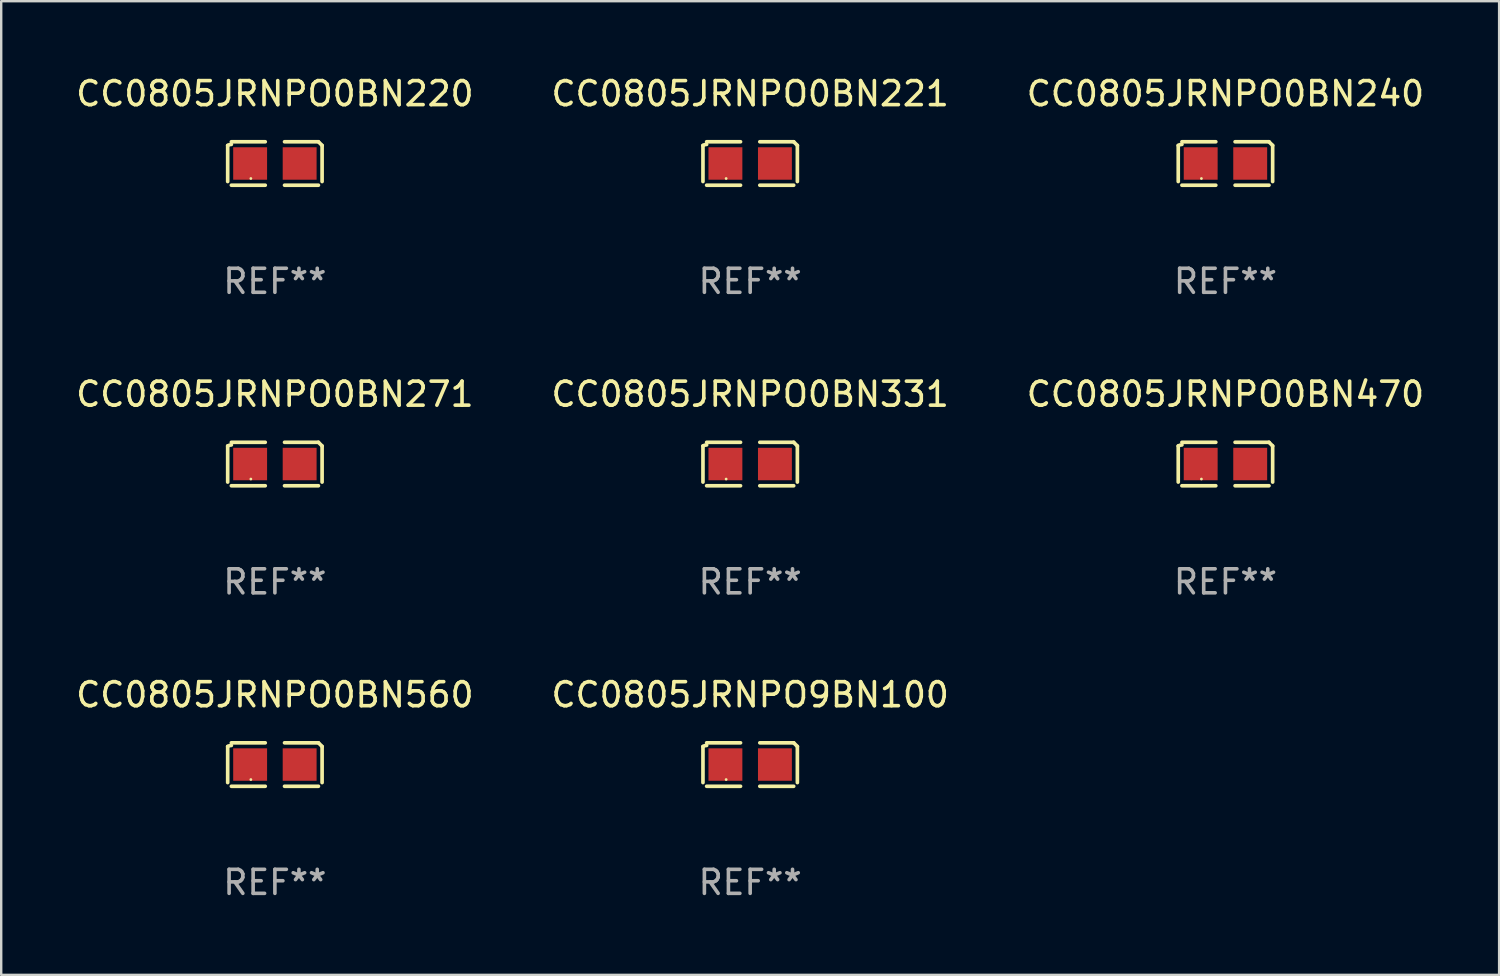
<source format=kicad_pcb>
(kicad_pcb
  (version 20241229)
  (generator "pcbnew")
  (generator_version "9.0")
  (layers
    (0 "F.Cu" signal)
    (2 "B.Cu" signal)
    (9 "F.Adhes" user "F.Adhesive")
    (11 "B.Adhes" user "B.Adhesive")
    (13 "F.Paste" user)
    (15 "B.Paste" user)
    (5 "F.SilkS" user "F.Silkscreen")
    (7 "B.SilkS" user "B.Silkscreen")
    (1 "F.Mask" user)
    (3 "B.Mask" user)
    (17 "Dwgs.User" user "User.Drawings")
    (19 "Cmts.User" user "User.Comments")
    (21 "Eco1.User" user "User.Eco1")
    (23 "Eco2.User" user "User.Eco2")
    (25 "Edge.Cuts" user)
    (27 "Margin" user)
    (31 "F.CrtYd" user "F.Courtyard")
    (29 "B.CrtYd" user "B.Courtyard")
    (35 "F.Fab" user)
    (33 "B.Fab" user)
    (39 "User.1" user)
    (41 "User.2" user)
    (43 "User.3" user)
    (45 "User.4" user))
  (footprint "CC0805JRNPO0BN470"
    (layer "F.Cu")
    (at 47.935 16.256)
    (property "Reference" "CC0805JRNPO0BN470" (at 0 -2.904 0) (layer "F.SilkS") (effects (font (size 1 1) (thickness 0.15))))
    (attr through_hole)
    (fp_line (start -1.964 0.751) (end -1.964 -0.751) (stroke (width 0.152) (type solid)) (layer "F.SilkS"))
    (fp_line (start -1.811 -0.904) (end -0.401 -0.904) (stroke (width 0.152) (type solid)) (layer "F.SilkS"))
    (fp_line (start -0.401 0.904) (end -1.811 0.904) (stroke (width 0.152) (type solid)) (layer "F.SilkS"))
    (fp_line (start 0.401 0.904) (end 1.811 0.904) (stroke (width 0.152) (type solid)) (layer "F.SilkS"))
    (fp_line (start 1.811 -0.904) (end 0.401 -0.904) (stroke (width 0.152) (type solid)) (layer "F.SilkS"))
    (fp_line (start 1.964 0.751) (end 1.964 -0.751) (stroke (width 0.152) (type solid)) (layer "F.SilkS"))
    (fp_arc (start -1.963602 -0.751207) (mid -1.890354 -0.783131) (end -1.811201 -0.794044) (stroke (width 0.1524) (type solid)) (layer "F.SilkS"))
    (fp_arc (start 1.811202 -0.903607) (mid 1.887413 -0.827418) (end 1.963602 -0.751207) (stroke (width 0.1524) (type solid)) (layer "F.SilkS"))
    (fp_circle (center -1 0.625) (end -0.97 0.625) (stroke (width 0.06) (type solid)) (fill no) (layer "F.SilkS"))
    (fp_text user "REF**" (at 0 4.904 0) (layer "F.Fab") (effects (font (size 1 1) (thickness 0.15))))
    (pad "1" smd rect (at -1.03 0) (size 1.41 1.35) (layers "F.Cu" "F.Mask" "F.Paste"))
    (pad "2" smd rect (at 1.03 0) (size 1.41 1.35) (layers "F.Cu" "F.Mask" "F.Paste")))
  (footprint "CC0805JRNPO0BN331"
    (layer "F.Cu")
    (at 28.161 16.256)
    (property "Reference" "CC0805JRNPO0BN331" (at 0 -2.904 0) (layer "F.SilkS") (effects (font (size 1 1) (thickness 0.15))))
    (attr through_hole)
    (fp_line (start -1.964 0.751) (end -1.964 -0.751) (stroke (width 0.152) (type solid)) (layer "F.SilkS"))
    (fp_line (start -1.811 -0.904) (end -0.401 -0.904) (stroke (width 0.152) (type solid)) (layer "F.SilkS"))
    (fp_line (start -0.401 0.904) (end -1.811 0.904) (stroke (width 0.152) (type solid)) (layer "F.SilkS"))
    (fp_line (start 0.401 0.904) (end 1.811 0.904) (stroke (width 0.152) (type solid)) (layer "F.SilkS"))
    (fp_line (start 1.811 -0.904) (end 0.401 -0.904) (stroke (width 0.152) (type solid)) (layer "F.SilkS"))
    (fp_line (start 1.964 0.751) (end 1.964 -0.751) (stroke (width 0.152) (type solid)) (layer "F.SilkS"))
    (fp_arc (start -1.963602 -0.751207) (mid -1.890354 -0.783131) (end -1.811201 -0.794044) (stroke (width 0.1524) (type solid)) (layer "F.SilkS"))
    (fp_arc (start 1.811202 -0.903607) (mid 1.887413 -0.827418) (end 1.963602 -0.751207) (stroke (width 0.1524) (type solid)) (layer "F.SilkS"))
    (fp_circle (center -1 0.625) (end -0.97 0.625) (stroke (width 0.06) (type solid)) (fill no) (layer "F.SilkS"))
    (fp_text user "REF**" (at 0 4.904 0) (layer "F.Fab") (effects (font (size 1 1) (thickness 0.15))))
    (pad "1" smd rect (at -1.03 0) (size 1.41 1.35) (layers "F.Cu" "F.Mask" "F.Paste"))
    (pad "2" smd rect (at 1.03 0) (size 1.41 1.35) (layers "F.Cu" "F.Mask" "F.Paste")))
  (footprint "CC0805JRNPO0BN220"
    (layer "F.Cu")
    (at 8.387 3.752)
    (property "Reference" "CC0805JRNPO0BN220" (at 0 -2.904 0) (layer "F.SilkS") (effects (font (size 1 1) (thickness 0.15))))
    (attr through_hole)
    (fp_line (start -1.964 0.751) (end -1.964 -0.751) (stroke (width 0.152) (type solid)) (layer "F.SilkS"))
    (fp_line (start -1.811 -0.904) (end -0.401 -0.904) (stroke (width 0.152) (type solid)) (layer "F.SilkS"))
    (fp_line (start -0.401 0.904) (end -1.811 0.904) (stroke (width 0.152) (type solid)) (layer "F.SilkS"))
    (fp_line (start 0.401 0.904) (end 1.811 0.904) (stroke (width 0.152) (type solid)) (layer "F.SilkS"))
    (fp_line (start 1.811 -0.904) (end 0.401 -0.904) (stroke (width 0.152) (type solid)) (layer "F.SilkS"))
    (fp_line (start 1.964 0.751) (end 1.964 -0.751) (stroke (width 0.152) (type solid)) (layer "F.SilkS"))
    (fp_arc (start -1.963602 -0.751207) (mid -1.890354 -0.783131) (end -1.811201 -0.794044) (stroke (width 0.1524) (type solid)) (layer "F.SilkS"))
    (fp_arc (start 1.811202 -0.903607) (mid 1.887413 -0.827418) (end 1.963602 -0.751207) (stroke (width 0.1524) (type solid)) (layer "F.SilkS"))
    (fp_circle (center -1 0.625) (end -0.97 0.625) (stroke (width 0.06) (type solid)) (fill no) (layer "F.SilkS"))
    (fp_text user "REF**" (at 0 4.904 0) (layer "F.Fab") (effects (font (size 1 1) (thickness 0.15))))
    (pad "1" smd rect (at -1.03 0) (size 1.41 1.35) (layers "F.Cu" "F.Mask" "F.Paste"))
    (pad "2" smd rect (at 1.03 0) (size 1.41 1.35) (layers "F.Cu" "F.Mask" "F.Paste")))
  (footprint "CC0805JRNPO0BN560"
    (layer "F.Cu")
    (at 8.387 28.759)
    (property "Reference" "CC0805JRNPO0BN560" (at 0 -2.904 0) (layer "F.SilkS") (effects (font (size 1 1) (thickness 0.15))))
    (attr through_hole)
    (fp_line (start -1.964 0.751) (end -1.964 -0.751) (stroke (width 0.152) (type solid)) (layer "F.SilkS"))
    (fp_line (start -1.811 -0.904) (end -0.401 -0.904) (stroke (width 0.152) (type solid)) (layer "F.SilkS"))
    (fp_line (start -0.401 0.904) (end -1.811 0.904) (stroke (width 0.152) (type solid)) (layer "F.SilkS"))
    (fp_line (start 0.401 0.904) (end 1.811 0.904) (stroke (width 0.152) (type solid)) (layer "F.SilkS"))
    (fp_line (start 1.811 -0.904) (end 0.401 -0.904) (stroke (width 0.152) (type solid)) (layer "F.SilkS"))
    (fp_line (start 1.964 0.751) (end 1.964 -0.751) (stroke (width 0.152) (type solid)) (layer "F.SilkS"))
    (fp_arc (start -1.963602 -0.751207) (mid -1.890354 -0.783131) (end -1.811201 -0.794044) (stroke (width 0.1524) (type solid)) (layer "F.SilkS"))
    (fp_arc (start 1.811202 -0.903607) (mid 1.887413 -0.827418) (end 1.963602 -0.751207) (stroke (width 0.1524) (type solid)) (layer "F.SilkS"))
    (fp_circle (center -1 0.625) (end -0.97 0.625) (stroke (width 0.06) (type solid)) (fill no) (layer "F.SilkS"))
    (fp_text user "REF**" (at 0 4.904 0) (layer "F.Fab") (effects (font (size 1 1) (thickness 0.15))))
    (pad "1" smd rect (at -1.03 0) (size 1.41 1.35) (layers "F.Cu" "F.Mask" "F.Paste"))
    (pad "2" smd rect (at 1.03 0) (size 1.41 1.35) (layers "F.Cu" "F.Mask" "F.Paste")))
  (footprint "CC0805JRNPO0BN221"
    (layer "F.Cu")
    (at 28.161 3.752)
    (property "Reference" "CC0805JRNPO0BN221" (at 0 -2.904 0) (layer "F.SilkS") (effects (font (size 1 1) (thickness 0.15))))
    (attr through_hole)
    (fp_line (start -1.964 0.751) (end -1.964 -0.751) (stroke (width 0.152) (type solid)) (layer "F.SilkS"))
    (fp_line (start -1.811 -0.904) (end -0.401 -0.904) (stroke (width 0.152) (type solid)) (layer "F.SilkS"))
    (fp_line (start -0.401 0.904) (end -1.811 0.904) (stroke (width 0.152) (type solid)) (layer "F.SilkS"))
    (fp_line (start 0.401 0.904) (end 1.811 0.904) (stroke (width 0.152) (type solid)) (layer "F.SilkS"))
    (fp_line (start 1.811 -0.904) (end 0.401 -0.904) (stroke (width 0.152) (type solid)) (layer "F.SilkS"))
    (fp_line (start 1.964 0.751) (end 1.964 -0.751) (stroke (width 0.152) (type solid)) (layer "F.SilkS"))
    (fp_arc (start -1.963602 -0.751207) (mid -1.890354 -0.783131) (end -1.811201 -0.794044) (stroke (width 0.1524) (type solid)) (layer "F.SilkS"))
    (fp_arc (start 1.811202 -0.903607) (mid 1.887413 -0.827418) (end 1.963602 -0.751207) (stroke (width 0.1524) (type solid)) (layer "F.SilkS"))
    (fp_circle (center -1 0.625) (end -0.97 0.625) (stroke (width 0.06) (type solid)) (fill no) (layer "F.SilkS"))
    (fp_text user "REF**" (at 0 4.904 0) (layer "F.Fab") (effects (font (size 1 1) (thickness 0.15))))
    (pad "1" smd rect (at -1.03 0) (size 1.41 1.35) (layers "F.Cu" "F.Mask" "F.Paste"))
    (pad "2" smd rect (at 1.03 0) (size 1.41 1.35) (layers "F.Cu" "F.Mask" "F.Paste")))
  (footprint "CC0805JRNPO0BN271"
    (layer "F.Cu")
    (at 8.387 16.256)
    (property "Reference" "CC0805JRNPO0BN271" (at 0 -2.904 0) (layer "F.SilkS") (effects (font (size 1 1) (thickness 0.15))))
    (attr through_hole)
    (fp_line (start -1.964 0.751) (end -1.964 -0.751) (stroke (width 0.152) (type solid)) (layer "F.SilkS"))
    (fp_line (start -1.811 -0.904) (end -0.401 -0.904) (stroke (width 0.152) (type solid)) (layer "F.SilkS"))
    (fp_line (start -0.401 0.904) (end -1.811 0.904) (stroke (width 0.152) (type solid)) (layer "F.SilkS"))
    (fp_line (start 0.401 0.904) (end 1.811 0.904) (stroke (width 0.152) (type solid)) (layer "F.SilkS"))
    (fp_line (start 1.811 -0.904) (end 0.401 -0.904) (stroke (width 0.152) (type solid)) (layer "F.SilkS"))
    (fp_line (start 1.964 0.751) (end 1.964 -0.751) (stroke (width 0.152) (type solid)) (layer "F.SilkS"))
    (fp_arc (start -1.963602 -0.751207) (mid -1.890354 -0.783131) (end -1.811201 -0.794044) (stroke (width 0.1524) (type solid)) (layer "F.SilkS"))
    (fp_arc (start 1.811202 -0.903607) (mid 1.887413 -0.827418) (end 1.963602 -0.751207) (stroke (width 0.1524) (type solid)) (layer "F.SilkS"))
    (fp_circle (center -1 0.625) (end -0.97 0.625) (stroke (width 0.06) (type solid)) (fill no) (layer "F.SilkS"))
    (fp_text user "REF**" (at 0 4.904 0) (layer "F.Fab") (effects (font (size 1 1) (thickness 0.15))))
    (pad "1" smd rect (at -1.03 0) (size 1.41 1.35) (layers "F.Cu" "F.Mask" "F.Paste"))
    (pad "2" smd rect (at 1.03 0) (size 1.41 1.35) (layers "F.Cu" "F.Mask" "F.Paste")))
  (footprint "CC0805JRNPO0BN240"
    (layer "F.Cu")
    (at 47.935 3.752)
    (property "Reference" "CC0805JRNPO0BN240" (at 0 -2.904 0) (layer "F.SilkS") (effects (font (size 1 1) (thickness 0.15))))
    (attr through_hole)
    (fp_line (start -1.964 0.751) (end -1.964 -0.751) (stroke (width 0.152) (type solid)) (layer "F.SilkS"))
    (fp_line (start -1.811 -0.904) (end -0.401 -0.904) (stroke (width 0.152) (type solid)) (layer "F.SilkS"))
    (fp_line (start -0.401 0.904) (end -1.811 0.904) (stroke (width 0.152) (type solid)) (layer "F.SilkS"))
    (fp_line (start 0.401 0.904) (end 1.811 0.904) (stroke (width 0.152) (type solid)) (layer "F.SilkS"))
    (fp_line (start 1.811 -0.904) (end 0.401 -0.904) (stroke (width 0.152) (type solid)) (layer "F.SilkS"))
    (fp_line (start 1.964 0.751) (end 1.964 -0.751) (stroke (width 0.152) (type solid)) (layer "F.SilkS"))
    (fp_arc (start -1.963602 -0.751207) (mid -1.890354 -0.783131) (end -1.811201 -0.794044) (stroke (width 0.1524) (type solid)) (layer "F.SilkS"))
    (fp_arc (start 1.811202 -0.903607) (mid 1.887413 -0.827418) (end 1.963602 -0.751207) (stroke (width 0.1524) (type solid)) (layer "F.SilkS"))
    (fp_circle (center -1 0.625) (end -0.97 0.625) (stroke (width 0.06) (type solid)) (fill no) (layer "F.SilkS"))
    (fp_text user "REF**" (at 0 4.904 0) (layer "F.Fab") (effects (font (size 1 1) (thickness 0.15))))
    (pad "1" smd rect (at -1.03 0) (size 1.41 1.35) (layers "F.Cu" "F.Mask" "F.Paste"))
    (pad "2" smd rect (at 1.03 0) (size 1.41 1.35) (layers "F.Cu" "F.Mask" "F.Paste")))
  (footprint "CC0805JRNPO9BN100"
    (layer "F.Cu")
    (at 28.161 28.759)
    (property "Reference" "CC0805JRNPO9BN100" (at 0 -2.904 0) (layer "F.SilkS") (effects (font (size 1 1) (thickness 0.15))))
    (attr through_hole)
    (fp_line (start -1.964 0.751) (end -1.964 -0.751) (stroke (width 0.152) (type solid)) (layer "F.SilkS"))
    (fp_line (start -1.811 -0.904) (end -0.401 -0.904) (stroke (width 0.152) (type solid)) (layer "F.SilkS"))
    (fp_line (start -0.401 0.904) (end -1.811 0.904) (stroke (width 0.152) (type solid)) (layer "F.SilkS"))
    (fp_line (start 0.401 0.904) (end 1.811 0.904) (stroke (width 0.152) (type solid)) (layer "F.SilkS"))
    (fp_line (start 1.811 -0.904) (end 0.401 -0.904) (stroke (width 0.152) (type solid)) (layer "F.SilkS"))
    (fp_line (start 1.964 0.751) (end 1.964 -0.751) (stroke (width 0.152) (type solid)) (layer "F.SilkS"))
    (fp_arc (start -1.963602 -0.751207) (mid -1.890354 -0.783131) (end -1.811201 -0.794044) (stroke (width 0.1524) (type solid)) (layer "F.SilkS"))
    (fp_arc (start 1.811202 -0.903607) (mid 1.887413 -0.827418) (end 1.963602 -0.751207) (stroke (width 0.1524) (type solid)) (layer "F.SilkS"))
    (fp_circle (center -1 0.625) (end -0.97 0.625) (stroke (width 0.06) (type solid)) (fill no) (layer "F.SilkS"))
    (fp_text user "REF**" (at 0 4.904 0) (layer "F.Fab") (effects (font (size 1 1) (thickness 0.15))))
    (pad "1" smd rect (at -1.03 0) (size 1.41 1.35) (layers "F.Cu" "F.Mask" "F.Paste"))
    (pad "2" smd rect (at 1.03 0) (size 1.41 1.35) (layers "F.Cu" "F.Mask" "F.Paste")))
  (gr_rect
    (start -3 -3)
    (end 59.321 37.511)
    (stroke (width 0.1) (type default))
    (fill no)
    (layer "Edge.Cuts")))
</source>
